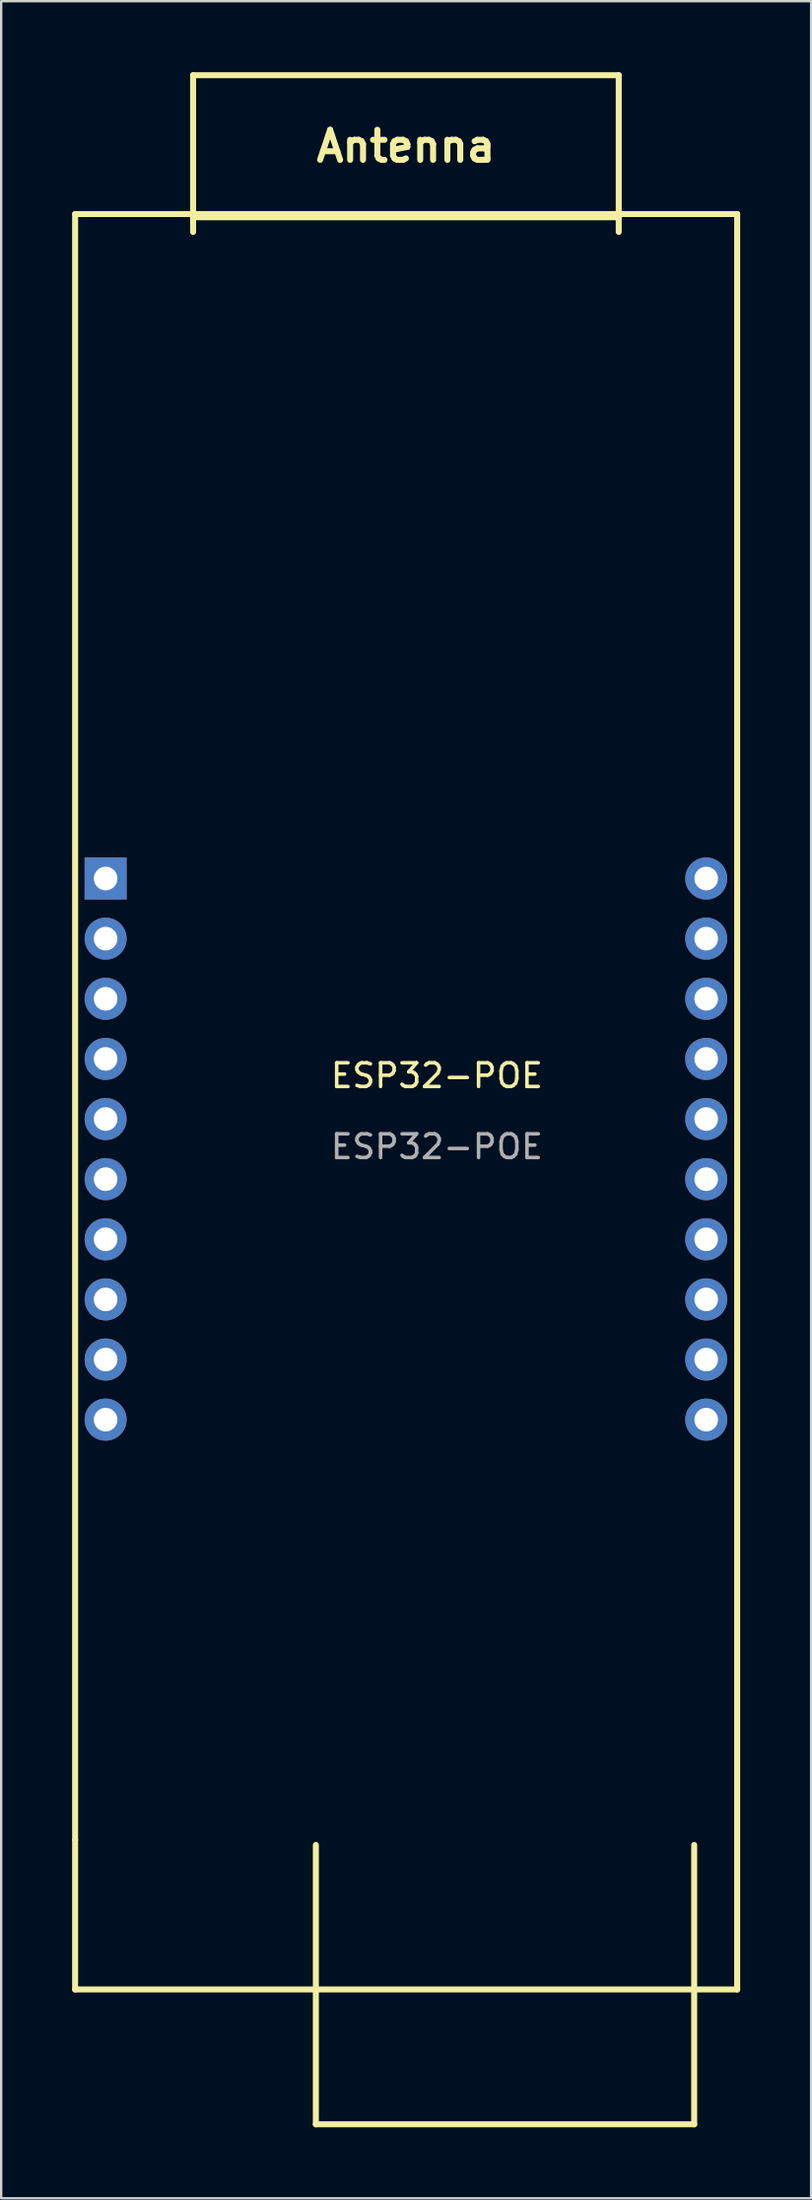
<source format=kicad_pcb>
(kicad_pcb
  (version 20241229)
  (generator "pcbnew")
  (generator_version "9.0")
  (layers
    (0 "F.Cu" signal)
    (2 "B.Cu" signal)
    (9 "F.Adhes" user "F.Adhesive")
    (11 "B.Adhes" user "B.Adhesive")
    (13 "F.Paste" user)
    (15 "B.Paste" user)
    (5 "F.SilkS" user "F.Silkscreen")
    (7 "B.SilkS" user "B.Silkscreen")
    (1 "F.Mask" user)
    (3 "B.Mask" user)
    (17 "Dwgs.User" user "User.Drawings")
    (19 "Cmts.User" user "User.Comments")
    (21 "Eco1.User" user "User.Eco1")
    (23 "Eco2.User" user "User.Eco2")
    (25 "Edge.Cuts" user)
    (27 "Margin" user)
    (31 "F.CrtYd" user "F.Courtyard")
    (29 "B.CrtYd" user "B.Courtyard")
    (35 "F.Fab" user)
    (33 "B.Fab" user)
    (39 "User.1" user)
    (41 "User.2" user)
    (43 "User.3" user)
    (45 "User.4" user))
  (footprint "ESP32-POE"
    (layer "F.Cu")
    (at 14.157 44.092)
    (property "Reference" "ESP32-POE" (at 1.27 -1.7 0) (unlocked yes) (layer "F.SilkS") (effects (font (size 1 1) (thickness 0.15))))
    (attr through_hole)
    (fp_line (start -14.03 -38.1) (end 13.97 -38.1) (stroke (width 0.254) (type solid)) (layer "F.SilkS"))
    (fp_line (start -14.03 30.58) (end -14.03 -38.1) (stroke (width 0.254) (type solid)) (layer "F.SilkS"))
    (fp_line (start -14.03 30.58) (end -14.03 36.9) (stroke (width 0.254) (type solid)) (layer "F.SilkS"))
    (fp_line (start -14.03 36.9) (end 13.97 36.9) (stroke (width 0.254) (type solid)) (layer "F.SilkS"))
    (fp_line (start -9.04 -43.965) (end -9.04 -37.345) (stroke (width 0.254) (type solid)) (layer "F.SilkS"))
    (fp_line (start -9.04 -43.965) (end 8.96 -43.965) (stroke (width 0.254) (type solid)) (layer "F.SilkS"))
    (fp_line (start -9.04 -37.965) (end 8.96 -37.965) (stroke (width 0.254) (type solid)) (layer "F.SilkS"))
    (fp_line (start -3.849 42.596) (end -3.849 30.796) (stroke (width 0.254) (type solid)) (layer "F.SilkS"))
    (fp_line (start 8.96 -43.965) (end 8.96 -37.345) (stroke (width 0.254) (type solid)) (layer "F.SilkS"))
    (fp_line (start 12.151 30.796) (end 12.151 42.596) (stroke (width 0.254) (type solid)) (layer "F.SilkS"))
    (fp_line (start 12.151 42.596) (end -3.849 42.596) (stroke (width 0.254) (type solid)) (layer "F.SilkS"))
    (fp_line (start 13.97 36.9) (end 13.97 -38.1) (stroke (width 0.254) (type solid)) (layer "F.SilkS"))
    (fp_text user "Antenna" (at -0.04 -40.965 0) (layer "F.SilkS") (effects (font (size 1.27 1.27) (thickness 0.254))))
    (fp_text user "${REFERENCE}" (at 1.27 1.3 0) (unlocked yes) (layer "F.Fab") (effects (font (size 1 1) (thickness 0.15))))
    (pad "1" thru_hole rect (at -12.74 -10.03 270) (size 1.778 1.778) (drill 1) (layers "*.Cu" "*.Mask"))
    (pad "2" thru_hole circle (at -12.74 -7.49 270) (size 1.778 1.778) (drill 1) (layers "*.Cu" "*.Mask"))
    (pad "3" thru_hole circle (at -12.74 -4.95 270) (size 1.778 1.778) (drill 1) (layers "*.Cu" "*.Mask"))
    (pad "4" thru_hole circle (at -12.74 -2.41 270) (size 1.778 1.778) (drill 1) (layers "*.Cu" "*.Mask"))
    (pad "5" thru_hole circle (at -12.74 0.13 270) (size 1.778 1.778) (drill 1) (layers "*.Cu" "*.Mask"))
    (pad "6" thru_hole circle (at -12.74 2.67 270) (size 1.778 1.778) (drill 1) (layers "*.Cu" "*.Mask"))
    (pad "7" thru_hole circle (at -12.74 5.21 270) (size 1.778 1.778) (drill 1) (layers "*.Cu" "*.Mask"))
    (pad "8" thru_hole circle (at -12.74 7.75 270) (size 1.778 1.778) (drill 1) (layers "*.Cu" "*.Mask"))
    (pad "9" thru_hole circle (at -12.74 10.29 270) (size 1.778 1.778) (drill 1) (layers "*.Cu" "*.Mask"))
    (pad "10" thru_hole circle (at -12.74 12.83 270) (size 1.778 1.778) (drill 1) (layers "*.Cu" "*.Mask"))
    (pad "11" thru_hole circle (at 12.66 12.83 270) (size 1.778 1.778) (drill 1) (layers "*.Cu" "*.Mask"))
    (pad "12" thru_hole circle (at 12.66 10.29 270) (size 1.778 1.778) (drill 1) (layers "*.Cu" "*.Mask"))
    (pad "13" thru_hole circle (at 12.66 7.75 270) (size 1.778 1.778) (drill 1) (layers "*.Cu" "*.Mask"))
    (pad "14" thru_hole circle (at 12.66 5.21 270) (size 1.778 1.778) (drill 1) (layers "*.Cu" "*.Mask"))
    (pad "15" thru_hole circle (at 12.66 2.67 270) (size 1.778 1.778) (drill 1) (layers "*.Cu" "*.Mask"))
    (pad "16" thru_hole circle (at 12.66 0.13 270) (size 1.778 1.778) (drill 1) (layers "*.Cu" "*.Mask"))
    (pad "17" thru_hole circle (at 12.66 -2.41 270) (size 1.778 1.778) (drill 1) (layers "*.Cu" "*.Mask"))
    (pad "18" thru_hole circle (at 12.66 -4.95 270) (size 1.778 1.778) (drill 1) (layers "*.Cu" "*.Mask"))
    (pad "19" thru_hole circle (at 12.66 -7.49 270) (size 1.778 1.778) (drill 1) (layers "*.Cu" "*.Mask"))
    (pad "20" thru_hole circle (at 12.66 -10.03 270) (size 1.778 1.778) (drill 1) (layers "*.Cu" "*.Mask")))
  (gr_rect
    (start -3 -3)
    (end 31.254 89.815)
    (stroke (width 0.1) (type default))
    (fill no)
    (layer "Edge.Cuts")))
</source>
